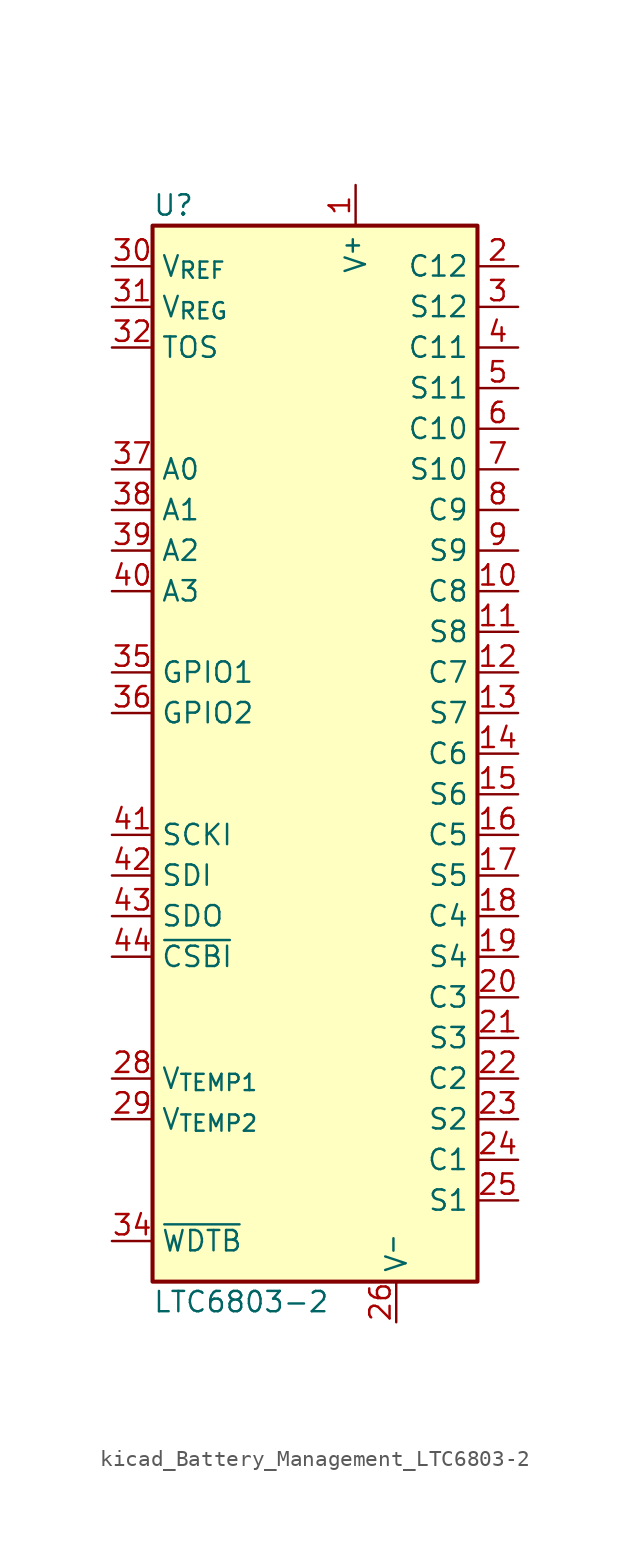
<source format=kicad_sym>
(kicad_symbol_lib
  (version 20220914)
  (generator kicad_symbol_editor)
  (symbol "kicad_Battery_Management_LTC6803-2"
    (property "Reference" "U"
      (at -10.16 34.29 0)
      (effects (font (size 1.27 1.27)) (justify left)))
    (property "Value" "LTC6803-2"
      (at -10.16 -34.29 0)
      (effects (font (size 1.27 1.27)) (justify left)))
    (symbol "kicad_Battery_Management_LTC6803-2_0_1"
      (rectangle (start 10.16 -33.02) (end -10.16 33.02) (stroke (width 0.254) (type default)) (fill (type background))))
    (symbol "kicad_Battery_Management_LTC6803-2_1_1"
      (pin input line (at 2.54 35.56 270) (length 2.54) (name "V^{+}" (effects (font (size 1.27 1.27)))) (number "1" (effects (font (size 1.27 1.27)))))
      (pin input line (at 12.7 10.16 180) (length 2.54) (name "C8" (effects (font (size 1.27 1.27)))) (number "10" (effects (font (size 1.27 1.27)))))
      (pin input line (at 12.7 7.62 180) (length 2.54) (name "S8" (effects (font (size 1.27 1.27)))) (number "11" (effects (font (size 1.27 1.27)))))
      (pin input line (at 12.7 5.08 180) (length 2.54) (name "C7" (effects (font (size 1.27 1.27)))) (number "12" (effects (font (size 1.27 1.27)))))
      (pin input line (at 12.7 2.54 180) (length 2.54) (name "S7" (effects (font (size 1.27 1.27)))) (number "13" (effects (font (size 1.27 1.27)))))
      (pin input line (at 12.7 0 180) (length 2.54) (name "C6" (effects (font (size 1.27 1.27)))) (number "14" (effects (font (size 1.27 1.27)))))
      (pin input line (at 12.7 -2.54 180) (length 2.54) (name "S6" (effects (font (size 1.27 1.27)))) (number "15" (effects (font (size 1.27 1.27)))))
      (pin input line (at 12.7 -5.08 180) (length 2.54) (name "C5" (effects (font (size 1.27 1.27)))) (number "16" (effects (font (size 1.27 1.27)))))
      (pin input line (at 12.7 -7.62 180) (length 2.54) (name "S5" (effects (font (size 1.27 1.27)))) (number "17" (effects (font (size 1.27 1.27)))))
      (pin input line (at 12.7 -10.16 180) (length 2.54) (name "C4" (effects (font (size 1.27 1.27)))) (number "18" (effects (font (size 1.27 1.27)))))
      (pin input line (at 12.7 -12.7 180) (length 2.54) (name "S4" (effects (font (size 1.27 1.27)))) (number "19" (effects (font (size 1.27 1.27)))))
      (pin input line (at 12.7 30.48 180) (length 2.54) (name "C12" (effects (font (size 1.27 1.27)))) (number "2" (effects (font (size 1.27 1.27)))))
      (pin input line (at 12.7 -15.24 180) (length 2.54) (name "C3" (effects (font (size 1.27 1.27)))) (number "20" (effects (font (size 1.27 1.27)))))
      (pin input line (at 12.7 -17.78 180) (length 2.54) (name "S3" (effects (font (size 1.27 1.27)))) (number "21" (effects (font (size 1.27 1.27)))))
      (pin input line (at 12.7 -20.32 180) (length 2.54) (name "C2" (effects (font (size 1.27 1.27)))) (number "22" (effects (font (size 1.27 1.27)))))
      (pin input line (at 12.7 -22.86 180) (length 2.54) (name "S2" (effects (font (size 1.27 1.27)))) (number "23" (effects (font (size 1.27 1.27)))))
      (pin input line (at 12.7 -25.4 180) (length 2.54) (name "C1" (effects (font (size 1.27 1.27)))) (number "24" (effects (font (size 1.27 1.27)))))
      (pin input line (at 12.7 -27.94 180) (length 2.54) (name "S1" (effects (font (size 1.27 1.27)))) (number "25" (effects (font (size 1.27 1.27)))))
      (pin input line (at 5.08 -35.56 90) (length 2.54) (name "V^{-}" (effects (font (size 1.27 1.27)))) (number "26" (effects (font (size 1.27 1.27)))))
      (pin no_connect line (at 0 33.02 270) (length 2.54) hide (name "NC" (effects (font (size 1.27 1.27)))) (number "27" (effects (font (size 1.27 1.27)))))
      (pin input line (at -12.7 -20.32 0) (length 2.54) (name "V_{TEMP1}" (effects (font (size 1.27 1.27)))) (number "28" (effects (font (size 1.27 1.27)))))
      (pin input line (at -12.7 -22.86 0) (length 2.54) (name "V_{TEMP2}" (effects (font (size 1.27 1.27)))) (number "29" (effects (font (size 1.27 1.27)))))
      (pin input line (at 12.7 27.94 180) (length 2.54) (name "S12" (effects (font (size 1.27 1.27)))) (number "3" (effects (font (size 1.27 1.27)))))
      (pin input line (at -12.7 30.48 0) (length 2.54) (name "V_{REF}" (effects (font (size 1.27 1.27)))) (number "30" (effects (font (size 1.27 1.27)))))
      (pin input line (at -12.7 27.94 0) (length 2.54) (name "V_{REG}" (effects (font (size 1.27 1.27)))) (number "31" (effects (font (size 1.27 1.27)))))
      (pin input line (at -12.7 25.4 0) (length 2.54) (name "TOS" (effects (font (size 1.27 1.27)))) (number "32" (effects (font (size 1.27 1.27)))))
      (pin no_connect line (at -2.54 33.02 270) (length 2.54) hide (name "NC" (effects (font (size 1.27 1.27)))) (number "33" (effects (font (size 1.27 1.27)))))
      (pin open_collector line (at -12.7 -30.48 0) (length 2.54) (name "~{WDTB}" (effects (font (size 1.27 1.27)))) (number "34" (effects (font (size 1.27 1.27)))))
      (pin input line (at -12.7 5.08 0) (length 2.54) (name "GPIO1" (effects (font (size 1.27 1.27)))) (number "35" (effects (font (size 1.27 1.27)))))
      (pin input line (at -12.7 2.54 0) (length 2.54) (name "GPIO2" (effects (font (size 1.27 1.27)))) (number "36" (effects (font (size 1.27 1.27)))))
      (pin input line (at -12.7 17.78 0) (length 2.54) (name "A0" (effects (font (size 1.27 1.27)))) (number "37" (effects (font (size 1.27 1.27)))))
      (pin input line (at -12.7 15.24 0) (length 2.54) (name "A1" (effects (font (size 1.27 1.27)))) (number "38" (effects (font (size 1.27 1.27)))))
      (pin input line (at -12.7 12.7 0) (length 2.54) (name "A2" (effects (font (size 1.27 1.27)))) (number "39" (effects (font (size 1.27 1.27)))))
      (pin input line (at 12.7 25.4 180) (length 2.54) (name "C11" (effects (font (size 1.27 1.27)))) (number "4" (effects (font (size 1.27 1.27)))))
      (pin input line (at -12.7 10.16 0) (length 2.54) (name "A3" (effects (font (size 1.27 1.27)))) (number "40" (effects (font (size 1.27 1.27)))))
      (pin input line (at -12.7 -5.08 0) (length 2.54) (name "SCKI" (effects (font (size 1.27 1.27)))) (number "41" (effects (font (size 1.27 1.27)))))
      (pin input line (at -12.7 -7.62 0) (length 2.54) (name "SDI" (effects (font (size 1.27 1.27)))) (number "42" (effects (font (size 1.27 1.27)))))
      (pin open_collector line (at -12.7 -10.16 0) (length 2.54) (name "SDO" (effects (font (size 1.27 1.27)))) (number "43" (effects (font (size 1.27 1.27)))))
      (pin input line (at -12.7 -12.7 0) (length 2.54) (name "~{CSBI}" (effects (font (size 1.27 1.27)))) (number "44" (effects (font (size 1.27 1.27)))))
      (pin input line (at 12.7 22.86 180) (length 2.54) (name "S11" (effects (font (size 1.27 1.27)))) (number "5" (effects (font (size 1.27 1.27)))))
      (pin input line (at 12.7 20.32 180) (length 2.54) (name "C10" (effects (font (size 1.27 1.27)))) (number "6" (effects (font (size 1.27 1.27)))))
      (pin input line (at 12.7 17.78 180) (length 2.54) (name "S10" (effects (font (size 1.27 1.27)))) (number "7" (effects (font (size 1.27 1.27)))))
      (pin input line (at 12.7 15.24 180) (length 2.54) (name "C9" (effects (font (size 1.27 1.27)))) (number "8" (effects (font (size 1.27 1.27)))))
      (pin input line (at 12.7 12.7 180) (length 2.54) (name "S9" (effects (font (size 1.27 1.27)))) (number "9" (effects (font (size 1.27 1.27))))))))
</source>
